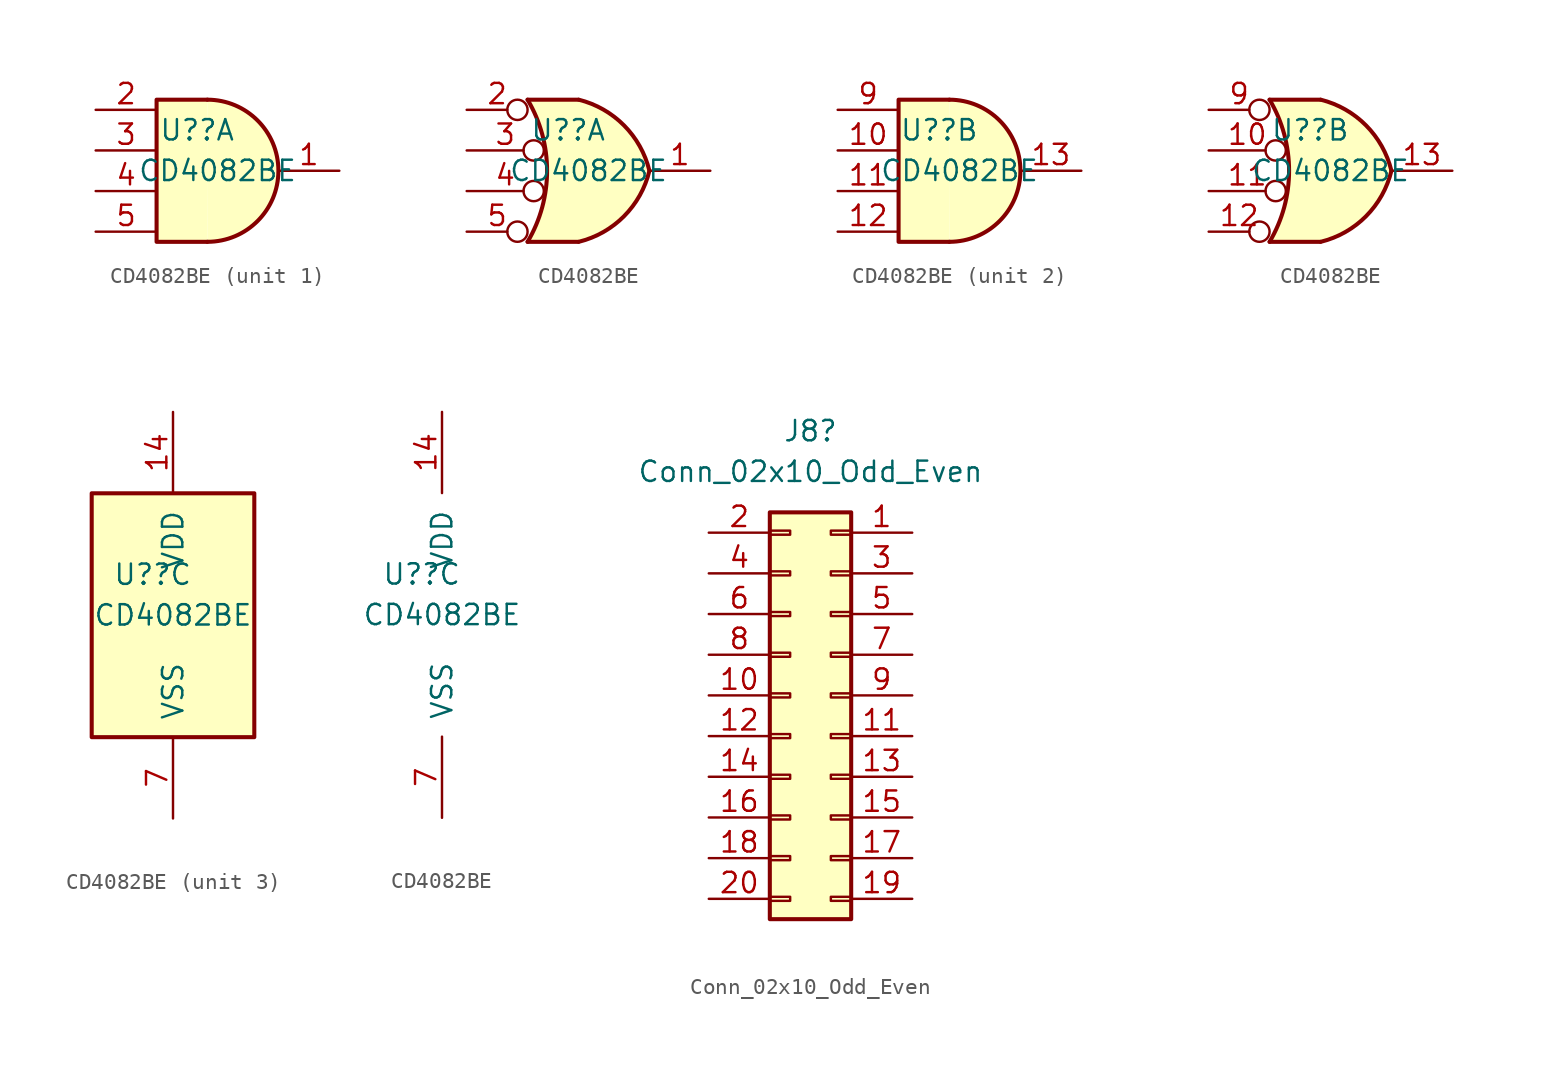
<source format=kicad_sym>
(kicad_symbol_lib
  (version 20220914)
  (generator kicad_symbol_editor)
  (symbol "CD4082BE"
    (pin_names
      (offset 1.016))
    (property "Reference" "U?"
      (at -1.27 2.54 0)
      (effects (font (size 1.27 1.27))))
    (property "Value" "CD4082BE"
      (at 0 0 0)
      (effects (font (size 1.27 1.27))))
    (property "ki_locked" ""
      (at 0 0 0)
      (effects (font (size 1.27 1.27))))
    (symbol "CD4082BE_1_1"
      (arc (start -0.635 -4.445) (mid 3.7907 0) (end -0.635 4.445) (stroke (width 0.254) (type default)) (fill (type background)))
      (polyline (pts (xy -0.635 4.445) (xy -3.81 4.445) (xy -3.81 -4.445) (xy -0.635 -4.445)) (stroke (width 0.254) (type default)) (fill (type background)))
      (pin output line (at 7.62 0 180) (length 3.81) (name "~" (effects (font (size 1.27 1.27)))) (number "1" (effects (font (size 1.27 1.27)))))
      (pin input line (at -7.62 3.81 0) (length 3.81) (name "~" (effects (font (size 1.27 1.27)))) (number "2" (effects (font (size 1.27 1.27)))))
      (pin input line (at -7.62 1.27 0) (length 3.81) (name "~" (effects (font (size 1.27 1.27)))) (number "3" (effects (font (size 1.27 1.27)))))
      (pin input line (at -7.62 -1.27 0) (length 3.81) (name "~" (effects (font (size 1.27 1.27)))) (number "4" (effects (font (size 1.27 1.27)))))
      (pin input line (at -7.62 -3.81 0) (length 3.81) (name "~" (effects (font (size 1.27 1.27)))) (number "5" (effects (font (size 1.27 1.27))))))
    (symbol "CD4082BE_1_2"
      (arc (start -3.81 -4.445) (mid -2.5908 0) (end -3.81 4.445) (stroke (width 0.254) (type default)) (fill (type none)))
      (arc (start -0.6096 -4.445) (mid 2.2246 -2.8422) (end 3.81 0) (stroke (width 0.254) (type default)) (fill (type background)))
      (polyline (pts (xy -3.81 -4.445) (xy -0.635 -4.445)) (stroke (width 0.254) (type default)) (fill (type background)))
      (polyline (pts (xy -3.81 4.445) (xy -0.635 4.445)) (stroke (width 0.254) (type default)) (fill (type background)))
      (polyline (pts (xy -0.635 4.445) (xy -3.81 4.445) (xy -3.81 4.445) (xy -3.632 4.089) (xy -3.099 2.921) (xy -2.769 1.676) (xy -2.616 0.432) (xy -2.642 -0.864) (xy -2.87 -2.108) (xy -3.251 -3.327) (xy -3.81 -4.445) (xy -3.81 -4.445) (xy -0.635 -4.445)) (stroke (width -25.4) (type default)) (fill (type background)))
      (arc (start 3.81 0) (mid 2.2204 2.8379) (end -0.6096 4.445) (stroke (width 0.254) (type default)) (fill (type background)))
      (pin output line (at 7.62 0 180) (length 3.81) (name "~" (effects (font (size 1.27 1.27)))) (number "1" (effects (font (size 1.27 1.27)))))
      (pin input inverted (at -7.62 3.81 0) (length 3.81) (name "~" (effects (font (size 1.27 1.27)))) (number "2" (effects (font (size 1.27 1.27)))))
      (pin input inverted (at -7.62 1.27 0) (length 4.826) (name "~" (effects (font (size 1.27 1.27)))) (number "3" (effects (font (size 1.27 1.27)))))
      (pin input inverted (at -7.62 -1.27 0) (length 4.826) (name "~" (effects (font (size 1.27 1.27)))) (number "4" (effects (font (size 1.27 1.27)))))
      (pin input inverted (at -7.62 -3.81 0) (length 3.81) (name "~" (effects (font (size 1.27 1.27)))) (number "5" (effects (font (size 1.27 1.27))))))
    (symbol "CD4082BE_2_1"
      (arc (start -0.635 -4.445) (mid 3.7907 0) (end -0.635 4.445) (stroke (width 0.254) (type default)) (fill (type background)))
      (polyline (pts (xy -0.635 4.445) (xy -3.81 4.445) (xy -3.81 -4.445) (xy -0.635 -4.445)) (stroke (width 0.254) (type default)) (fill (type background)))
      (pin input line (at -7.62 1.27 0) (length 3.81) (name "~" (effects (font (size 1.27 1.27)))) (number "10" (effects (font (size 1.27 1.27)))))
      (pin input line (at -7.62 -1.27 0) (length 3.81) (name "~" (effects (font (size 1.27 1.27)))) (number "11" (effects (font (size 1.27 1.27)))))
      (pin input line (at -7.62 -3.81 0) (length 3.81) (name "~" (effects (font (size 1.27 1.27)))) (number "12" (effects (font (size 1.27 1.27)))))
      (pin output line (at 7.62 0 180) (length 3.81) (name "~" (effects (font (size 1.27 1.27)))) (number "13" (effects (font (size 1.27 1.27)))))
      (pin input line (at -7.62 3.81 0) (length 3.81) (name "~" (effects (font (size 1.27 1.27)))) (number "9" (effects (font (size 1.27 1.27))))))
    (symbol "CD4082BE_2_2"
      (arc (start -3.81 -4.445) (mid -2.5908 0) (end -3.81 4.445) (stroke (width 0.254) (type default)) (fill (type none)))
      (arc (start -0.6096 -4.445) (mid 2.2246 -2.8422) (end 3.81 0) (stroke (width 0.254) (type default)) (fill (type background)))
      (polyline (pts (xy -3.81 -4.445) (xy -0.635 -4.445)) (stroke (width 0.254) (type default)) (fill (type background)))
      (polyline (pts (xy -3.81 4.445) (xy -0.635 4.445)) (stroke (width 0.254) (type default)) (fill (type background)))
      (polyline (pts (xy -0.635 4.445) (xy -3.81 4.445) (xy -3.81 4.445) (xy -3.632 4.089) (xy -3.099 2.921) (xy -2.769 1.676) (xy -2.616 0.432) (xy -2.642 -0.864) (xy -2.87 -2.108) (xy -3.251 -3.327) (xy -3.81 -4.445) (xy -3.81 -4.445) (xy -0.635 -4.445)) (stroke (width -25.4) (type default)) (fill (type background)))
      (arc (start 3.81 0) (mid 2.2204 2.8379) (end -0.6096 4.445) (stroke (width 0.254) (type default)) (fill (type background)))
      (pin input inverted (at -7.62 1.27 0) (length 4.826) (name "~" (effects (font (size 1.27 1.27)))) (number "10" (effects (font (size 1.27 1.27)))))
      (pin input inverted (at -7.62 -1.27 0) (length 4.826) (name "~" (effects (font (size 1.27 1.27)))) (number "11" (effects (font (size 1.27 1.27)))))
      (pin input inverted (at -7.62 -3.81 0) (length 3.81) (name "~" (effects (font (size 1.27 1.27)))) (number "12" (effects (font (size 1.27 1.27)))))
      (pin output line (at 7.62 0 180) (length 3.81) (name "~" (effects (font (size 1.27 1.27)))) (number "13" (effects (font (size 1.27 1.27)))))
      (pin input inverted (at -7.62 3.81 0) (length 3.81) (name "~" (effects (font (size 1.27 1.27)))) (number "9" (effects (font (size 1.27 1.27))))))
    (symbol "CD4082BE_3_0"
      (pin power_in line (at 0 12.7 270) (length 5.08) (name "VDD" (effects (font (size 1.27 1.27)))) (number "14" (effects (font (size 1.27 1.27)))))
      (pin power_in line (at 0 -12.7 90) (length 5.08) (name "VSS" (effects (font (size 1.27 1.27)))) (number "7" (effects (font (size 1.27 1.27))))))
    (symbol "CD4082BE_3_1"
      (rectangle (start -5.08 7.62) (end 5.08 -7.62) (stroke (width 0.254) (type default)) (fill (type background)))))
  (symbol "Conn_02x10_Odd_Even"
    (pin_names
      (offset 1.016) hide)
    (property "Reference" "J8"
      (at 1.27 16.51 0)
      (effects (font (size 1.27 1.27))))
    (property "Value" "Conn_02x10_Odd_Even"
      (at 1.27 13.97 0)
      (effects (font (size 1.27 1.27))))
    (symbol "Conn_02x10_Odd_Even_1_1"
      (rectangle (start -1.27 -13.97) (end 3.81 11.43) (stroke (width 0.254) (type default)) (fill (type background)))
      (rectangle (start 0 -12.827) (end -1.27 -12.573) (stroke (width 0.152) (type default)) (fill (type none)))
      (rectangle (start 0 -10.287) (end -1.27 -10.033) (stroke (width 0.152) (type default)) (fill (type none)))
      (rectangle (start 0 -7.747) (end -1.27 -7.493) (stroke (width 0.152) (type default)) (fill (type none)))
      (rectangle (start 0 -5.207) (end -1.27 -4.953) (stroke (width 0.152) (type default)) (fill (type none)))
      (rectangle (start 0 -2.667) (end -1.27 -2.413) (stroke (width 0.152) (type default)) (fill (type none)))
      (rectangle (start 0 -0.127) (end -1.27 0.127) (stroke (width 0.152) (type default)) (fill (type none)))
      (rectangle (start 0 2.413) (end -1.27 2.667) (stroke (width 0.152) (type default)) (fill (type none)))
      (rectangle (start 0 4.953) (end -1.27 5.207) (stroke (width 0.152) (type default)) (fill (type none)))
      (rectangle (start 0 7.493) (end -1.27 7.747) (stroke (width 0.152) (type default)) (fill (type none)))
      (rectangle (start 0 10.033) (end -1.27 10.287) (stroke (width 0.152) (type default)) (fill (type none)))
      (rectangle (start 2.54 -12.827) (end 3.81 -12.573) (stroke (width 0.152) (type default)) (fill (type none)))
      (rectangle (start 2.54 -10.287) (end 3.81 -10.033) (stroke (width 0.152) (type default)) (fill (type none)))
      (rectangle (start 2.54 -7.747) (end 3.81 -7.493) (stroke (width 0.152) (type default)) (fill (type none)))
      (rectangle (start 2.54 -5.207) (end 3.81 -4.953) (stroke (width 0.152) (type default)) (fill (type none)))
      (rectangle (start 2.54 -2.667) (end 3.81 -2.413) (stroke (width 0.152) (type default)) (fill (type none)))
      (rectangle (start 2.54 -0.127) (end 3.81 0.127) (stroke (width 0.152) (type default)) (fill (type none)))
      (rectangle (start 2.54 2.413) (end 3.81 2.667) (stroke (width 0.152) (type default)) (fill (type none)))
      (rectangle (start 2.54 4.953) (end 3.81 5.207) (stroke (width 0.152) (type default)) (fill (type none)))
      (rectangle (start 2.54 7.493) (end 3.81 7.747) (stroke (width 0.152) (type default)) (fill (type none)))
      (rectangle (start 2.54 10.033) (end 3.81 10.287) (stroke (width 0.152) (type default)) (fill (type none)))
      (pin passive line (at 7.62 10.16 180) (length 3.81) (name "Pin_1" (effects (font (size 1.27 1.27)))) (number "1" (effects (font (size 1.27 1.27)))))
      (pin passive line (at -5.08 0 0) (length 3.81) (name "Pin_10" (effects (font (size 1.27 1.27)))) (number "10" (effects (font (size 1.27 1.27)))))
      (pin passive line (at 7.62 -2.54 180) (length 3.81) (name "Pin_11" (effects (font (size 1.27 1.27)))) (number "11" (effects (font (size 1.27 1.27)))))
      (pin passive line (at -5.08 -2.54 0) (length 3.81) (name "Pin_12" (effects (font (size 1.27 1.27)))) (number "12" (effects (font (size 1.27 1.27)))))
      (pin passive line (at 7.62 -5.08 180) (length 3.81) (name "Pin_13" (effects (font (size 1.27 1.27)))) (number "13" (effects (font (size 1.27 1.27)))))
      (pin passive line (at -5.08 -5.08 0) (length 3.81) (name "Pin_14" (effects (font (size 1.27 1.27)))) (number "14" (effects (font (size 1.27 1.27)))))
      (pin passive line (at 7.62 -7.62 180) (length 3.81) (name "Pin_15" (effects (font (size 1.27 1.27)))) (number "15" (effects (font (size 1.27 1.27)))))
      (pin passive line (at -5.08 -7.62 0) (length 3.81) (name "Pin_16" (effects (font (size 1.27 1.27)))) (number "16" (effects (font (size 1.27 1.27)))))
      (pin passive line (at 7.62 -10.16 180) (length 3.81) (name "Pin_17" (effects (font (size 1.27 1.27)))) (number "17" (effects (font (size 1.27 1.27)))))
      (pin passive line (at -5.08 -10.16 0) (length 3.81) (name "Pin_18" (effects (font (size 1.27 1.27)))) (number "18" (effects (font (size 1.27 1.27)))))
      (pin passive line (at 7.62 -12.7 180) (length 3.81) (name "Pin_19" (effects (font (size 1.27 1.27)))) (number "19" (effects (font (size 1.27 1.27)))))
      (pin passive line (at -5.08 10.16 0) (length 3.81) (name "Pin_2" (effects (font (size 1.27 1.27)))) (number "2" (effects (font (size 1.27 1.27)))))
      (pin passive line (at -5.08 -12.7 0) (length 3.81) (name "Pin_20" (effects (font (size 1.27 1.27)))) (number "20" (effects (font (size 1.27 1.27)))))
      (pin passive line (at 7.62 7.62 180) (length 3.81) (name "Pin_3" (effects (font (size 1.27 1.27)))) (number "3" (effects (font (size 1.27 1.27)))))
      (pin passive line (at -5.08 7.62 0) (length 3.81) (name "Pin_4" (effects (font (size 1.27 1.27)))) (number "4" (effects (font (size 1.27 1.27)))))
      (pin passive line (at 7.62 5.08 180) (length 3.81) (name "Pin_5" (effects (font (size 1.27 1.27)))) (number "5" (effects (font (size 1.27 1.27)))))
      (pin passive line (at -5.08 5.08 0) (length 3.81) (name "Pin_6" (effects (font (size 1.27 1.27)))) (number "6" (effects (font (size 1.27 1.27)))))
      (pin passive line (at 7.62 2.54 180) (length 3.81) (name "Pin_7" (effects (font (size 1.27 1.27)))) (number "7" (effects (font (size 1.27 1.27)))))
      (pin passive line (at -5.08 2.54 0) (length 3.81) (name "Pin_8" (effects (font (size 1.27 1.27)))) (number "8" (effects (font (size 1.27 1.27)))))
      (pin passive line (at 7.62 0 180) (length 3.81) (name "Pin_9" (effects (font (size 1.27 1.27)))) (number "9" (effects (font (size 1.27 1.27))))))))
</source>
